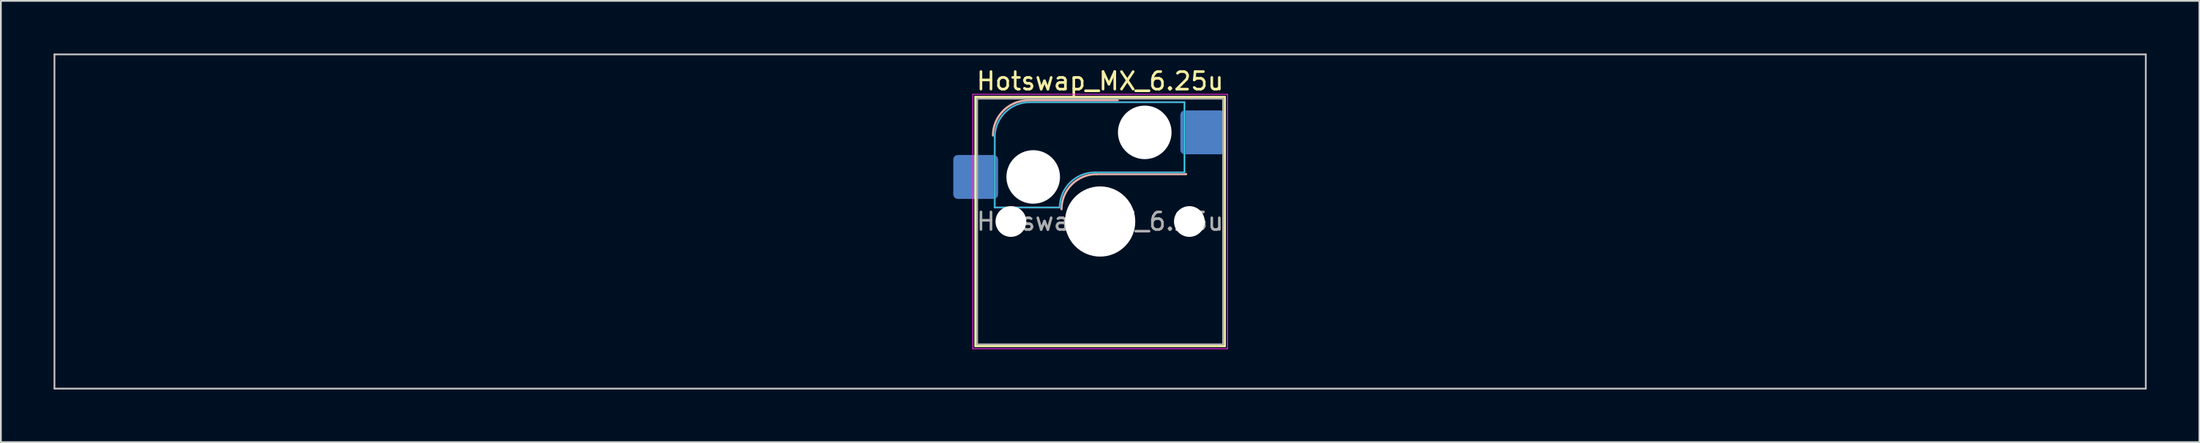
<source format=kicad_pcb>
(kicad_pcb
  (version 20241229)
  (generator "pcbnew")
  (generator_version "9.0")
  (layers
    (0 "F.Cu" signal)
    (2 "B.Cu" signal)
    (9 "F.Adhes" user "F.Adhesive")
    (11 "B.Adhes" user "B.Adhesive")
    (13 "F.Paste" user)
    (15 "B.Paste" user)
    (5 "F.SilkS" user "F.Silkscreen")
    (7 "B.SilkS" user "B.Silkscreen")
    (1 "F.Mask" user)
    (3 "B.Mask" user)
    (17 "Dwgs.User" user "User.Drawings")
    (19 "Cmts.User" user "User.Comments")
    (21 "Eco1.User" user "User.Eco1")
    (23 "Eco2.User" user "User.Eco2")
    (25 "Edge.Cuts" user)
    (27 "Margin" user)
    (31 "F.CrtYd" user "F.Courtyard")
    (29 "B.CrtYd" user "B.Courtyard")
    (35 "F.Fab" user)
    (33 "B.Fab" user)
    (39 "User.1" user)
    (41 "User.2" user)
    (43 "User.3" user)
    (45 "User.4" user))
  (footprint "Hotswap_MX_6.25u"
    (layer "F.Cu")
    (at 59.581 9.575)
    (property "Reference" "Hotswap_MX_6.25u" (at 0 -8 0) (layer "F.SilkS") (effects (font (size 1 1) (thickness 0.15))))
    (attr smd)
    (fp_line (start -7.1 -7.1) (end -7.1 7.1) (stroke (width 0.12) (type solid)) (layer "F.SilkS"))
    (fp_line (start -7.1 7.1) (end 7.1 7.1) (stroke (width 0.12) (type solid)) (layer "F.SilkS"))
    (fp_line (start 7.1 -7.1) (end -7.1 -7.1) (stroke (width 0.12) (type solid)) (layer "F.SilkS"))
    (fp_line (start 7.1 7.1) (end 7.1 -7.1) (stroke (width 0.12) (type solid)) (layer "F.SilkS"))
    (fp_line (start -4.1 -6.9) (end 1 -6.9) (stroke (width 0.12) (type solid)) (layer "B.SilkS"))
    (fp_line (start -0.2 -2.7) (end 4.9 -2.7) (stroke (width 0.12) (type solid)) (layer "B.SilkS"))
    (fp_arc (start -6.1 -4.9) (mid -5.514214 -6.314214) (end -4.1 -6.9) (stroke (width 0.12) (type solid)) (layer "B.SilkS"))
    (fp_arc (start -2.2 -0.7) (mid -1.614214 -2.114214) (end -0.2 -2.7) (stroke (width 0.12) (type solid)) (layer "B.SilkS"))
    (fp_line (start -59.531 -9.525) (end -59.531 9.525) (stroke (width 0.1) (type solid)) (layer "Dwgs.User"))
    (fp_line (start -59.531 9.525) (end 59.531 9.525) (stroke (width 0.1) (type solid)) (layer "Dwgs.User"))
    (fp_line (start 59.531 -9.525) (end -59.531 -9.525) (stroke (width 0.1) (type solid)) (layer "Dwgs.User"))
    (fp_line (start 59.531 9.525) (end 59.531 -9.525) (stroke (width 0.1) (type solid)) (layer "Dwgs.User"))
    (fp_line (start -7.8 -6) (end -7 -6) (stroke (width 0.1) (type solid)) (layer "Eco1.User"))
    (fp_line (start -7.8 -2.9) (end -7.8 -6) (stroke (width 0.1) (type solid)) (layer "Eco1.User"))
    (fp_line (start -7.8 2.9) (end -7 2.9) (stroke (width 0.1) (type solid)) (layer "Eco1.User"))
    (fp_line (start -7.8 6) (end -7.8 2.9) (stroke (width 0.1) (type solid)) (layer "Eco1.User"))
    (fp_line (start -7 -7) (end 7 -7) (stroke (width 0.1) (type solid)) (layer "Eco1.User"))
    (fp_line (start -7 -6) (end -7 -7) (stroke (width 0.1) (type solid)) (layer "Eco1.User"))
    (fp_line (start -7 -2.9) (end -7.8 -2.9) (stroke (width 0.1) (type solid)) (layer "Eco1.User"))
    (fp_line (start -7 2.9) (end -7 -2.9) (stroke (width 0.1) (type solid)) (layer "Eco1.User"))
    (fp_line (start -7 6) (end -7.8 6) (stroke (width 0.1) (type solid)) (layer "Eco1.User"))
    (fp_line (start -7 7) (end -7 6) (stroke (width 0.1) (type solid)) (layer "Eco1.User"))
    (fp_line (start 7 -7) (end 7 -6) (stroke (width 0.1) (type solid)) (layer "Eco1.User"))
    (fp_line (start 7 -6) (end 7.8 -6) (stroke (width 0.1) (type solid)) (layer "Eco1.User"))
    (fp_line (start 7 -2.9) (end 7 2.9) (stroke (width 0.1) (type solid)) (layer "Eco1.User"))
    (fp_line (start 7 2.9) (end 7.8 2.9) (stroke (width 0.1) (type solid)) (layer "Eco1.User"))
    (fp_line (start 7 6) (end 7 7) (stroke (width 0.1) (type solid)) (layer "Eco1.User"))
    (fp_line (start 7 7) (end -7 7) (stroke (width 0.1) (type solid)) (layer "Eco1.User"))
    (fp_line (start 7.8 -6) (end 7.8 -2.9) (stroke (width 0.1) (type solid)) (layer "Eco1.User"))
    (fp_line (start 7.8 -2.9) (end 7 -2.9) (stroke (width 0.1) (type solid)) (layer "Eco1.User"))
    (fp_line (start 7.8 2.9) (end 7.8 6) (stroke (width 0.1) (type solid)) (layer "Eco1.User"))
    (fp_line (start 7.8 6) (end 7 6) (stroke (width 0.1) (type solid)) (layer "Eco1.User"))
    (fp_line (start -6 -0.8) (end -6 -4.8) (stroke (width 0.05) (type solid)) (layer "B.CrtYd"))
    (fp_line (start -6 -0.8) (end -2.3 -0.8) (stroke (width 0.05) (type solid)) (layer "B.CrtYd"))
    (fp_line (start -4 -6.8) (end 4.8 -6.8) (stroke (width 0.05) (type solid)) (layer "B.CrtYd"))
    (fp_line (start -0.3 -2.8) (end 4.8 -2.8) (stroke (width 0.05) (type solid)) (layer "B.CrtYd"))
    (fp_line (start 4.8 -6.8) (end 4.8 -2.8) (stroke (width 0.05) (type solid)) (layer "B.CrtYd"))
    (fp_arc (start -6 -4.8) (mid -5.414214 -6.214214) (end -4 -6.8) (stroke (width 0.05) (type solid)) (layer "B.CrtYd"))
    (fp_arc (start -2.3 -0.8) (mid -1.714214 -2.214214) (end -0.3 -2.8) (stroke (width 0.05) (type solid)) (layer "B.CrtYd"))
    (fp_line (start -7.25 -7.25) (end -7.25 7.25) (stroke (width 0.05) (type solid)) (layer "F.CrtYd"))
    (fp_line (start -7.25 7.25) (end 7.25 7.25) (stroke (width 0.05) (type solid)) (layer "F.CrtYd"))
    (fp_line (start 7.25 -7.25) (end -7.25 -7.25) (stroke (width 0.05) (type solid)) (layer "F.CrtYd"))
    (fp_line (start 7.25 7.25) (end 7.25 -7.25) (stroke (width 0.05) (type solid)) (layer "F.CrtYd"))
    (fp_line (start -6 -0.8) (end -6 -4.8) (stroke (width 0.12) (type solid)) (layer "B.Fab"))
    (fp_line (start -6 -0.8) (end -2.3 -0.8) (stroke (width 0.12) (type solid)) (layer "B.Fab"))
    (fp_line (start -4 -6.8) (end 4.8 -6.8) (stroke (width 0.12) (type solid)) (layer "B.Fab"))
    (fp_line (start -0.3 -2.8) (end 4.8 -2.8) (stroke (width 0.12) (type solid)) (layer "B.Fab"))
    (fp_line (start 4.8 -6.8) (end 4.8 -2.8) (stroke (width 0.12) (type solid)) (layer "B.Fab"))
    (fp_arc (start -6 -4.8) (mid -5.414214 -6.214214) (end -4 -6.8) (stroke (width 0.12) (type solid)) (layer "B.Fab"))
    (fp_arc (start -2.3 -0.8) (mid -1.714214 -2.214214) (end -0.3 -2.8) (stroke (width 0.12) (type solid)) (layer "B.Fab"))
    (fp_line (start -7 -7) (end -7 7) (stroke (width 0.1) (type solid)) (layer "F.Fab"))
    (fp_line (start -7 7) (end 7 7) (stroke (width 0.1) (type solid)) (layer "F.Fab"))
    (fp_line (start 7 -7) (end -7 -7) (stroke (width 0.1) (type solid)) (layer "F.Fab"))
    (fp_line (start 7 7) (end 7 -7) (stroke (width 0.1) (type solid)) (layer "F.Fab"))
    (fp_text user "${REFERENCE}" (at 0 0 0) (layer "F.Fab") (effects (font (size 1 1) (thickness 0.15))))
    (pad "" np_thru_hole circle (at -5.08 0) (size 1.75 1.75) (drill 1.75) (layers "*.Cu" "*.Mask"))
    (pad "" np_thru_hole circle (at -3.81 -2.54) (size 3.05 3.05) (drill 3.05) (layers "*.Cu" "*.Mask"))
    (pad "" np_thru_hole circle (at 0 0) (size 4 4) (drill 4) (layers "*.Cu" "*.Mask"))
    (pad "" np_thru_hole circle (at 2.54 -5.08) (size 3.05 3.05) (drill 3.05) (layers "*.Cu" "*.Mask"))
    (pad "" np_thru_hole circle (at 5.08 0) (size 1.75 1.75) (drill 1.75) (layers "*.Cu" "*.Mask"))
    (pad "1" smd roundrect (at -7.085 -2.54) (size 2.55 2.5) (layers "B.Cu" "B.Mask" "B.Paste") (roundrect_rratio 0.1))
    (pad "2" smd roundrect (at 5.842 -5.08) (size 2.55 2.5) (layers "B.Cu" "B.Mask" "B.Paste") (roundrect_rratio 0.1)))
  (gr_rect
    (start -3 -3)
    (end 122.162 22.15)
    (stroke (width 0.1) (type default))
    (fill no)
    (layer "Edge.Cuts")))
</source>
